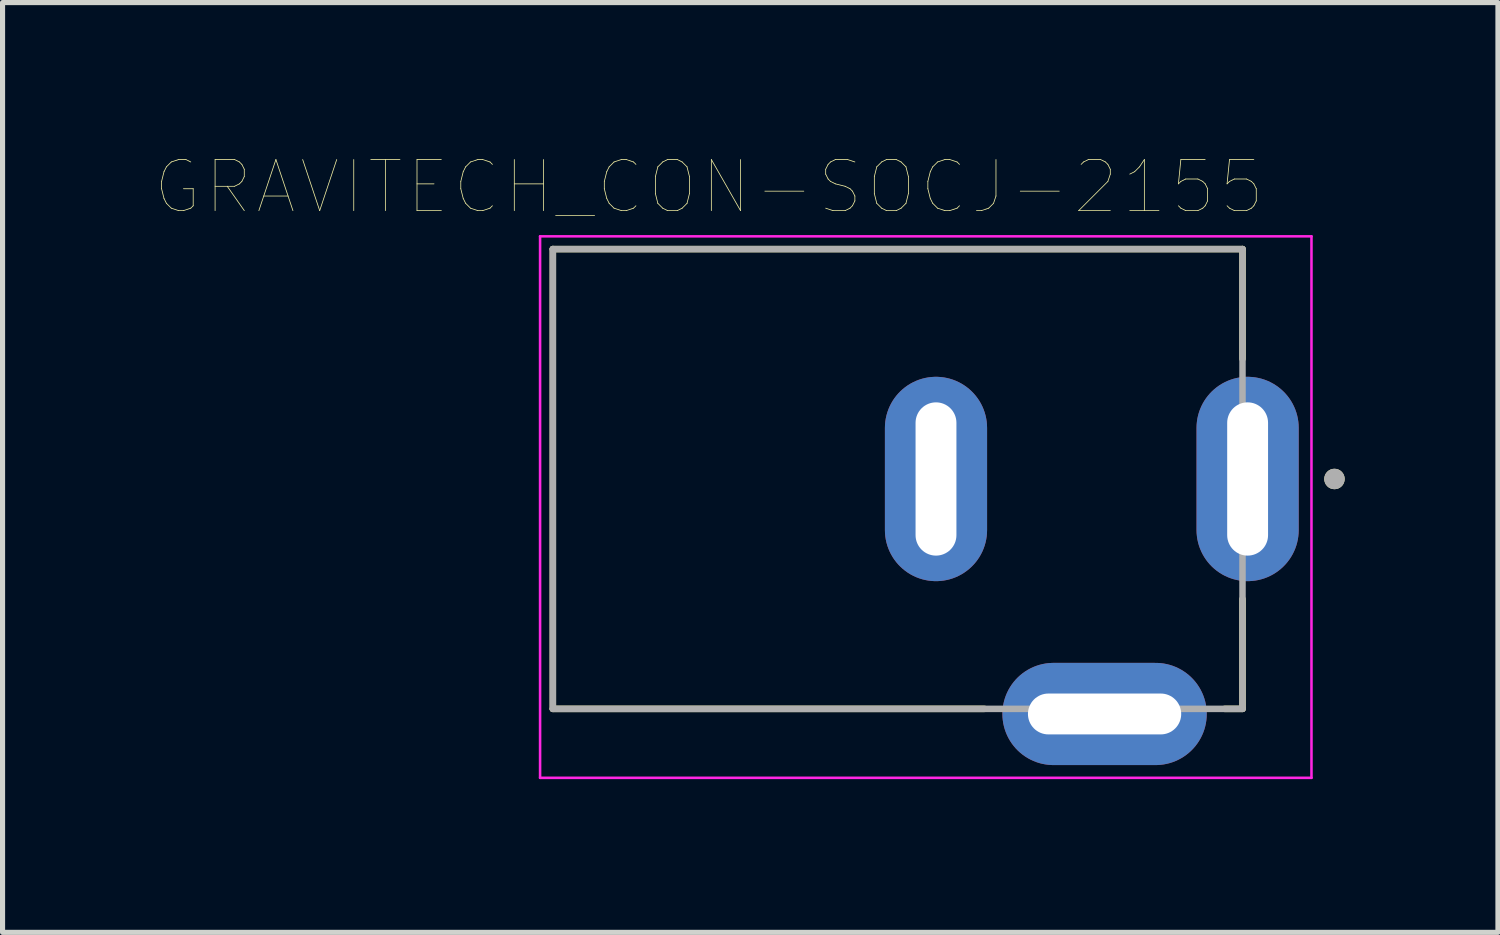
<source format=kicad_pcb>
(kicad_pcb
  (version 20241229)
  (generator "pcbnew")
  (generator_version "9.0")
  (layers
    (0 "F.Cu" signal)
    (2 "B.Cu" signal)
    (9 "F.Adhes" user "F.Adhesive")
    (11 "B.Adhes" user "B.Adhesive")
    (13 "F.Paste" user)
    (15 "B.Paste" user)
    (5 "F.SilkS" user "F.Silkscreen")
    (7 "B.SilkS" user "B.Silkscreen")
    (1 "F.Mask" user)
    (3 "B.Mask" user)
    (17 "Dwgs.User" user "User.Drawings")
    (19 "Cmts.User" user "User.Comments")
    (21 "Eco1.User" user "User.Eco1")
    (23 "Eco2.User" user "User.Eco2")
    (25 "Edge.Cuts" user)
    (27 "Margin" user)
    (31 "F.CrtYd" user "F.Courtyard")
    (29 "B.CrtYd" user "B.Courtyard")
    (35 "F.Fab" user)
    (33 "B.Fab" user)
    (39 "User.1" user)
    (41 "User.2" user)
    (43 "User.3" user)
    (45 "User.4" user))
  (footprint "GRAVITECH_CON-SOCJ-2155"
    (layer "F.Cu")
    (at 15.272 6.326)
    (property "Reference" "GRAVITECH_CON-SOCJ-2155" (at -4.445 -5.715 0) (layer "F.SilkS") (effects (font (size 1 1) (thickness 0.015))))
    (attr through_hole)
    (fp_line (start -7.5 -4.5) (end 6 -4.5) (stroke (width 0.127) (type solid)) (layer "F.SilkS"))
    (fp_line (start -7.5 4.5) (end -7.5 -4.5) (stroke (width 0.127) (type solid)) (layer "F.SilkS"))
    (fp_line (start 0.95 4.5) (end -7.5 4.5) (stroke (width 0.127) (type solid)) (layer "F.SilkS"))
    (fp_line (start 6 -4.5) (end 6 -2.35) (stroke (width 0.127) (type solid)) (layer "F.SilkS"))
    (fp_line (start 6 2.35) (end 6 4.5) (stroke (width 0.127) (type solid)) (layer "F.SilkS"))
    (fp_line (start 6 4.5) (end 5.65 4.5) (stroke (width 0.127) (type solid)) (layer "F.SilkS"))
    (fp_circle (center 7.8 0) (end 7.9 0) (stroke (width 0.2) (type solid)) (fill no) (layer "F.SilkS"))
    (fp_line (start -7.75 -4.75) (end 7.35 -4.75) (stroke (width 0.05) (type solid)) (layer "F.CrtYd"))
    (fp_line (start -7.75 5.85) (end -7.75 -4.75) (stroke (width 0.05) (type solid)) (layer "F.CrtYd"))
    (fp_line (start 7.35 -4.75) (end 7.35 5.85) (stroke (width 0.05) (type solid)) (layer "F.CrtYd"))
    (fp_line (start 7.35 5.85) (end -7.75 5.85) (stroke (width 0.05) (type solid)) (layer "F.CrtYd"))
    (fp_line (start -7.5 -4.5) (end 6 -4.5) (stroke (width 0.127) (type solid)) (layer "F.Fab"))
    (fp_line (start -7.5 4.5) (end -7.5 -4.5) (stroke (width 0.127) (type solid)) (layer "F.Fab"))
    (fp_line (start 6 -4.5) (end 6 4.5) (stroke (width 0.127) (type solid)) (layer "F.Fab"))
    (fp_line (start 6 4.5) (end -7.5 4.5) (stroke (width 0.127) (type solid)) (layer "F.Fab"))
    (fp_circle (center 7.8 0) (end 7.9 0) (stroke (width 0.2) (type solid)) (fill no) (layer "F.Fab"))
    (pad "1" thru_hole oval (at 6.1 0) (size 2 4) (drill oval 0.8 3) (layers "*.Cu" "*.Mask"))
    (pad "2" thru_hole oval (at 3.3 4.6) (size 4 2) (drill oval 3 0.8) (layers "*.Cu" "*.Mask"))
    (pad "3" thru_hole oval (at 0 0) (size 2 4) (drill oval 0.8 3) (layers "*.Cu" "*.Mask")))
  (gr_rect
    (start -3 -3)
    (end 26.272 15.201)
    (stroke (width 0.1) (type default))
    (fill no)
    (layer "Edge.Cuts")))
</source>
